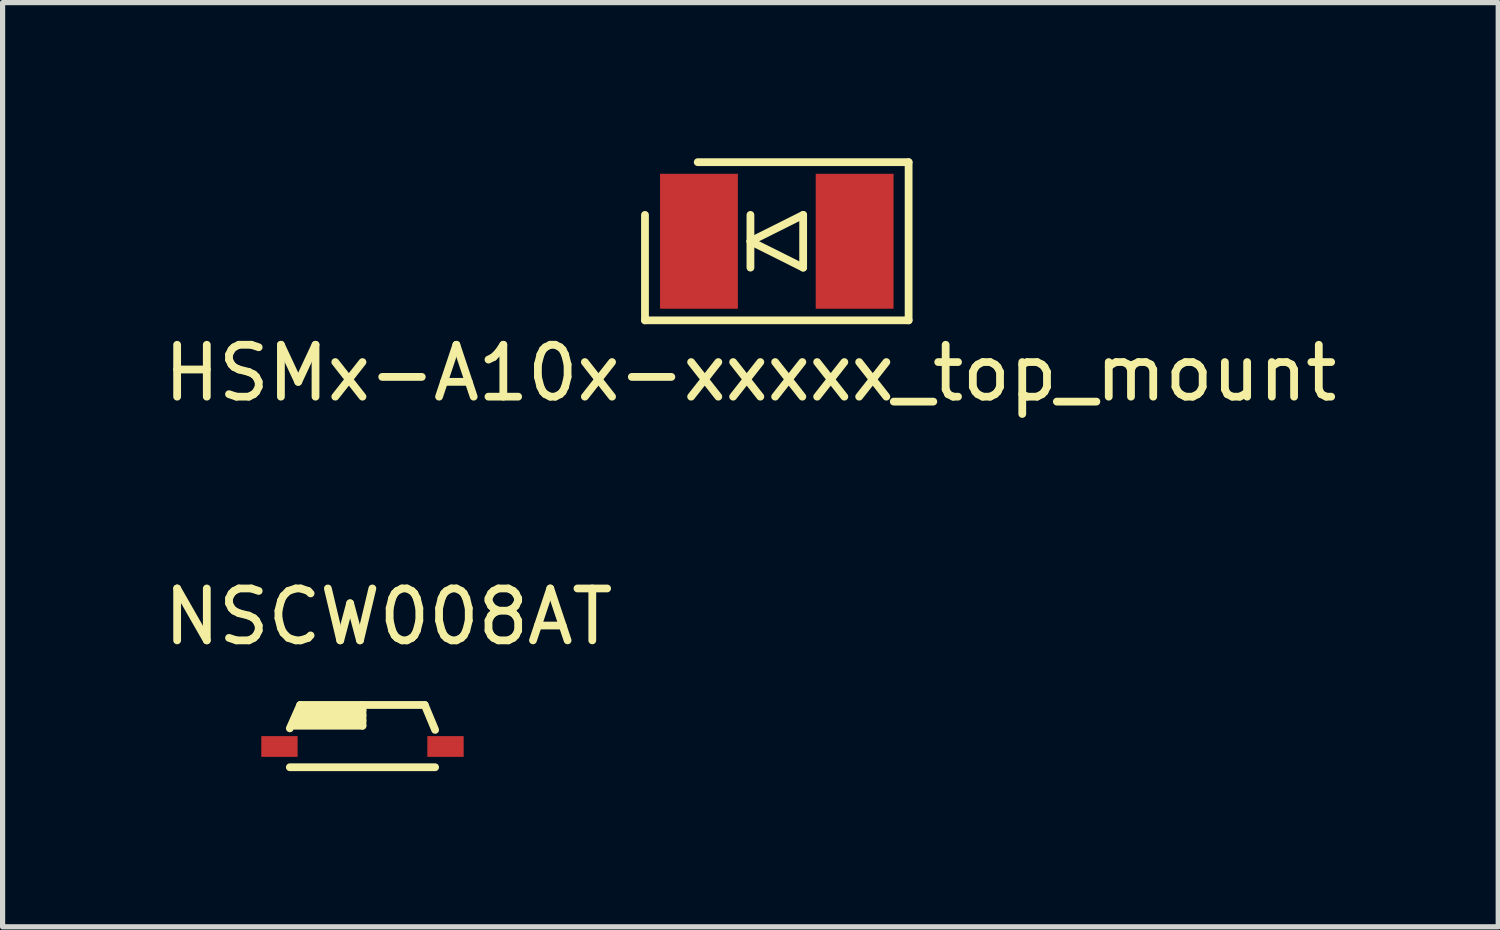
<source format=kicad_pcb>
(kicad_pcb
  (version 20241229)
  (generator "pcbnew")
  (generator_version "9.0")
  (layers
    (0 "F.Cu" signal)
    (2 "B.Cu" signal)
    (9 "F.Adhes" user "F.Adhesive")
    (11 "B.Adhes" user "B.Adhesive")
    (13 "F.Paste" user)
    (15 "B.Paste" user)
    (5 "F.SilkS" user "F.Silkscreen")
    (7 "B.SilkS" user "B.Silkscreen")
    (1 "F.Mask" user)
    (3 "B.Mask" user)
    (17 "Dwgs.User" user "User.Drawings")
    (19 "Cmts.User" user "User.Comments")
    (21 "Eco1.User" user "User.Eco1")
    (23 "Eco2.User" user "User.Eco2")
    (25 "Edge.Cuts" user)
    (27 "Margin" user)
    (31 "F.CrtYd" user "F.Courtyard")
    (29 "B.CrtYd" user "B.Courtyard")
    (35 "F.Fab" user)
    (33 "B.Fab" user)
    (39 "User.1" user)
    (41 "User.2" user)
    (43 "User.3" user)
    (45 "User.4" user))
  (footprint "HSMx-A10x-xxxxx_top_mount"
    (layer "F.Cu")
    (at 11.919 1.599)
    (property "Reference" "HSMx-A10x-xxxxx_top_mount" (at -0.508 2.54 0) (layer "F.SilkS") (effects (font (size 1 1) (thickness 0.15))))
    (attr through_hole)
    (fp_line (start -2.54 1.524) (end -2.54 -0.508) (stroke (width 0.15) (type solid)) (layer "F.SilkS"))
    (fp_line (start -0.508 -0.508) (end -0.508 0.508) (stroke (width 0.15) (type solid)) (layer "F.SilkS"))
    (fp_line (start -0.508 0) (end 0.508 -0.508) (stroke (width 0.15) (type solid)) (layer "F.SilkS"))
    (fp_line (start 0.508 -0.508) (end 0.508 0.508) (stroke (width 0.15) (type solid)) (layer "F.SilkS"))
    (fp_line (start 0.508 0.508) (end -0.508 0) (stroke (width 0.15) (type solid)) (layer "F.SilkS"))
    (fp_line (start 2.54 -1.524) (end -1.524 -1.524) (stroke (width 0.15) (type solid)) (layer "F.SilkS"))
    (fp_line (start 2.54 -1.524) (end 2.54 1.524) (stroke (width 0.15) (type solid)) (layer "F.SilkS"))
    (fp_line (start 2.54 1.524) (end -2.54 1.524) (stroke (width 0.15) (type solid)) (layer "F.SilkS"))
    (pad "1" smd rect (at -1.5 0) (size 1.5 2.6) (layers "F.Cu" "F.Mask" "F.Paste"))
    (pad "2" smd rect (at 1.5 0) (size 1.5 2.6) (layers "F.Cu" "F.Mask" "F.Paste")))
  (footprint "NSCW008AT"
    (layer "F.Cu")
    (at 3.935 11.335)
    (property "Reference" "NSCW008AT" (at 0.5 -2.5 0) (layer "F.SilkS") (effects (font (size 1 1) (thickness 0.15))))
    (attr through_hole)
    (fp_line (start -1.4 0.4) (end 1.4 0.4) (stroke (width 0.15) (type solid)) (layer "F.SilkS"))
    (fp_line (start -1.3 -0.5) (end 0 -0.5) (stroke (width 0.15) (type solid)) (layer "F.SilkS"))
    (fp_line (start -1.3 -0.4) (end 0 -0.4) (stroke (width 0.15) (type solid)) (layer "F.SilkS"))
    (fp_line (start -1.2 -0.8) (end -1.4 -0.35) (stroke (width 0.15) (type solid)) (layer "F.SilkS"))
    (fp_line (start -1.2 -0.8) (end 1.2 -0.8) (stroke (width 0.15) (type solid)) (layer "F.SilkS"))
    (fp_line (start -1.2 -0.7) (end 0 -0.7) (stroke (width 0.15) (type solid)) (layer "F.SilkS"))
    (fp_line (start -1.2 -0.6) (end 0 -0.6) (stroke (width 0.15) (type solid)) (layer "F.SilkS"))
    (fp_line (start 0 -0.4) (end 0 -0.8) (stroke (width 0.15) (type solid)) (layer "F.SilkS"))
    (fp_line (start 1.2 -0.8) (end 1.4 -0.32) (stroke (width 0.15) (type solid)) (layer "F.SilkS"))
    (pad "1" smd rect (at -1.6 0) (size 0.7 0.4) (layers "F.Cu" "F.Mask" "F.Paste"))
    (pad "2" smd rect (at 1.6 0) (size 0.7 0.4) (layers "F.Cu" "F.Mask" "F.Paste")))
  (gr_rect
    (start -3 -3)
    (end 25.821 14.81)
    (stroke (width 0.1) (type default))
    (fill no)
    (layer "Edge.Cuts")))
</source>
